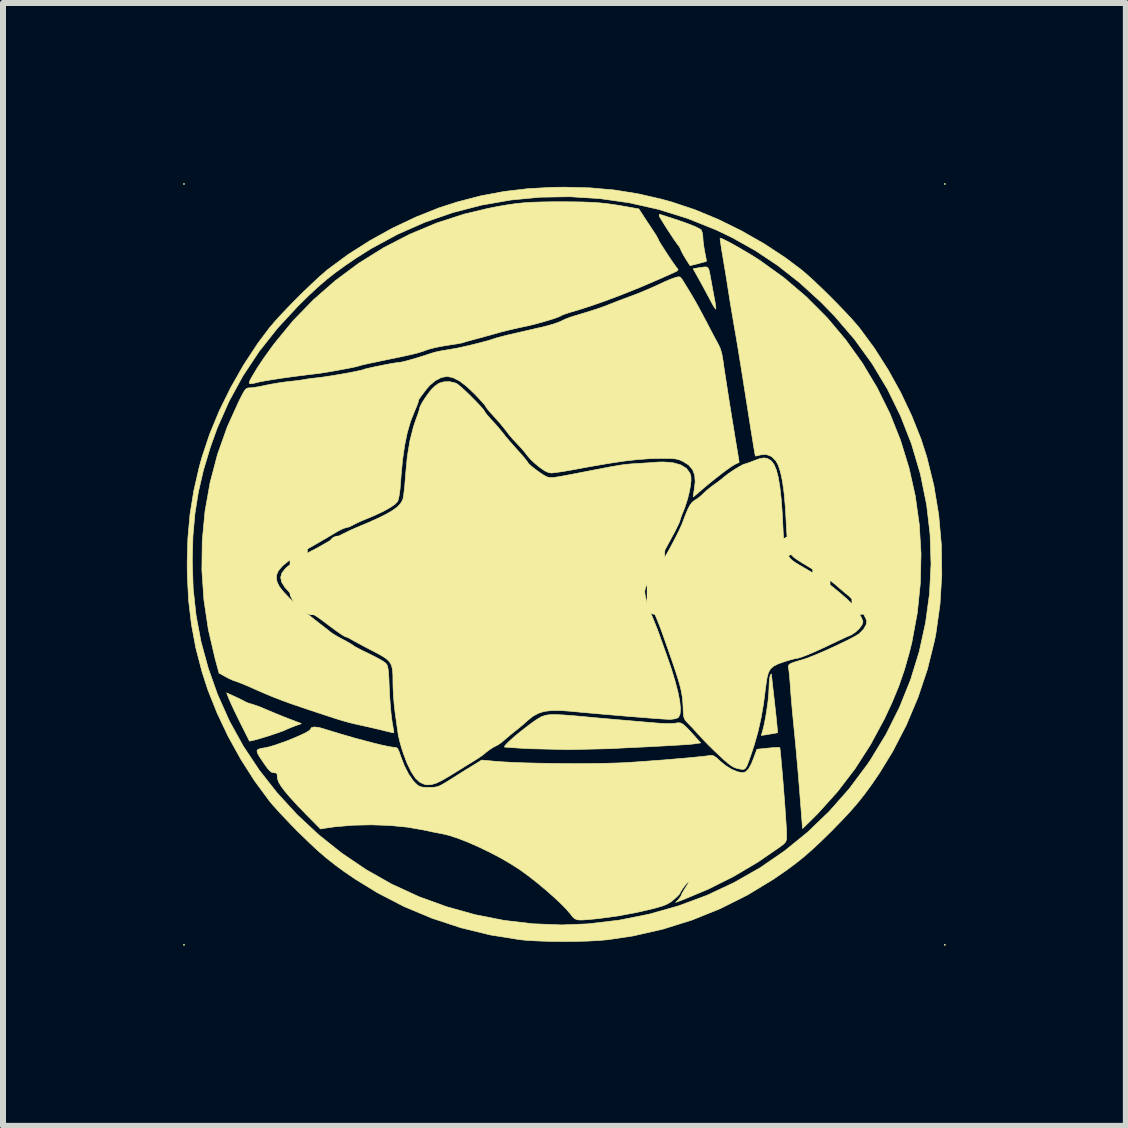
<source format=kicad_pcb>
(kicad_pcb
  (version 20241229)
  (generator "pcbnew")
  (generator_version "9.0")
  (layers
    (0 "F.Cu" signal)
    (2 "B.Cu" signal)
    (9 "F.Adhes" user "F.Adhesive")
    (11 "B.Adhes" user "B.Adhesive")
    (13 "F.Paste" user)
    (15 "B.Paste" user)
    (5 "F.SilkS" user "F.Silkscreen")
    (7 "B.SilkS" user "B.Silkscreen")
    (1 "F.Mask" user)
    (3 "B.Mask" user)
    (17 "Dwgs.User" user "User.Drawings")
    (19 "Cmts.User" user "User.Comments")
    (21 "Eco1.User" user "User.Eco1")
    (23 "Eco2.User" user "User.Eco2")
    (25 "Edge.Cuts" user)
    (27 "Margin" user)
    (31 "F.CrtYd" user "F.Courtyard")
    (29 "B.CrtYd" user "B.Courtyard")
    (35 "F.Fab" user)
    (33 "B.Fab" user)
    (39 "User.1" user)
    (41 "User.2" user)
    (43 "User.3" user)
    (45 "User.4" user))
  (footprint "yuchi_icon"
    (layer "F.Cu")
    (at 6.355 6.355)
    (property "Reference" "yuchi_icon" (at 0 0 0) (layer "F.SilkS") (effects (font (size 1.524 1.524) (thickness 0.3))))
    (attr through_hole)
    (fp_poly (pts (xy -6.329 -6.339) (xy -6.339 -6.329) (xy -6.35 -6.339) (xy -6.339 -6.35) (xy -6.329 -6.339)) (stroke (width 0.01) (type solid)) (fill yes) (layer "F.SilkS"))
    (fp_poly (pts (xy -6.329 6.339) (xy -6.339 6.35) (xy -6.35 6.339) (xy -6.339 6.329) (xy -6.329 6.339)) (stroke (width 0.01) (type solid)) (fill yes) (layer "F.SilkS"))
    (fp_poly (pts (xy 6.35 -6.339) (xy 6.339 -6.329) (xy 6.329 -6.339) (xy 6.339 -6.35) (xy 6.35 -6.339)) (stroke (width 0.01) (type solid)) (fill yes) (layer "F.SilkS"))
    (fp_poly (pts (xy 6.35 6.339) (xy 6.339 6.35) (xy 6.329 6.339) (xy 6.339 6.329) (xy 6.35 6.339)) (stroke (width 0.01) (type solid)) (fill yes) (layer "F.SilkS"))
    (fp_poly (pts (xy 2.39 -4.945) (xy 2.409 -4.909) (xy 2.423 -4.844) (xy 2.438 -4.763) (xy 2.458 -4.652) (xy 2.48 -4.534) (xy 2.499 -4.432) (xy 2.504 -4.408) (xy 2.516 -4.334) (xy 2.523 -4.28) (xy 2.522 -4.255) (xy 2.521 -4.255) (xy 2.506 -4.272) (xy 2.477 -4.318) (xy 2.442 -4.382) (xy 2.44 -4.387) (xy 2.399 -4.464) (xy 2.346 -4.562) (xy 2.289 -4.667) (xy 2.258 -4.723) (xy 2.145 -4.927) (xy 2.231 -4.942) (xy 2.309 -4.954) (xy 2.359 -4.958) (xy 2.39 -4.945)) (stroke (width 0.01) (type solid)) (fill yes) (layer "F.SilkS"))
    (fp_poly (pts (xy 3.449 1.828) (xy 3.451 1.854) (xy 3.458 1.915) (xy 3.468 2.006) (xy 3.481 2.121) (xy 3.496 2.252) (xy 3.504 2.323) (xy 3.519 2.46) (xy 3.532 2.582) (xy 3.542 2.683) (xy 3.549 2.757) (xy 3.552 2.798) (xy 3.552 2.804) (xy 3.531 2.809) (xy 3.482 2.818) (xy 3.42 2.828) (xy 3.356 2.839) (xy 3.306 2.846) (xy 3.281 2.849) (xy 3.281 2.848) (xy 3.286 2.829) (xy 3.3 2.784) (xy 3.303 2.773) (xy 3.327 2.676) (xy 3.352 2.552) (xy 3.374 2.413) (xy 3.393 2.275) (xy 3.405 2.15) (xy 3.409 2.064) (xy 3.412 1.978) (xy 3.419 1.904) (xy 3.427 1.857) (xy 3.429 1.852) (xy 3.444 1.826) (xy 3.449 1.828)) (stroke (width 0.01) (type solid)) (fill yes) (layer "F.SilkS"))
    (fp_poly (pts (xy -5.486 2.205) (xy -5.414 2.239) (xy -5.356 2.268) (xy -5.325 2.285) (xy -5.323 2.286) (xy -5.291 2.302) (xy -5.235 2.321) (xy -5.209 2.328) (xy -5.138 2.351) (xy -5.051 2.383) (xy -4.987 2.411) (xy -4.913 2.442) (xy -4.814 2.484) (xy -4.704 2.528) (xy -4.621 2.561) (xy -4.383 2.653) (xy -4.484 2.689) (xy -4.554 2.716) (xy -4.616 2.742) (xy -4.635 2.751) (xy -4.678 2.77) (xy -4.751 2.797) (xy -4.842 2.828) (xy -4.942 2.861) (xy -5.04 2.891) (xy -5.124 2.916) (xy -5.18 2.93) (xy -5.248 2.945) (xy -5.398 2.646) (xy -5.453 2.534) (xy -5.505 2.427) (xy -5.548 2.334) (xy -5.579 2.265) (xy -5.588 2.244) (xy -5.628 2.141) (xy -5.486 2.205)) (stroke (width 0.01) (type solid)) (fill yes) (layer "F.SilkS"))
    (fp_poly (pts (xy 1.801 -5.766) (xy 1.973 -5.708) (xy 2.109 -5.658) (xy 2.207 -5.616) (xy 2.266 -5.584) (xy 2.281 -5.571) (xy 2.297 -5.529) (xy 2.307 -5.467) (xy 2.307 -5.448) (xy 2.312 -5.38) (xy 2.324 -5.291) (xy 2.339 -5.205) (xy 2.354 -5.131) (xy 2.364 -5.076) (xy 2.366 -5.05) (xy 2.366 -5.05) (xy 2.344 -5.043) (xy 2.293 -5.029) (xy 2.227 -5.012) (xy 2.094 -4.978) (xy 2.023 -5.089) (xy 1.983 -5.156) (xy 1.951 -5.215) (xy 1.938 -5.246) (xy 1.915 -5.295) (xy 1.897 -5.318) (xy 1.873 -5.349) (xy 1.833 -5.406) (xy 1.783 -5.48) (xy 1.728 -5.564) (xy 1.675 -5.647) (xy 1.629 -5.721) (xy 1.595 -5.777) (xy 1.581 -5.804) (xy 1.58 -5.831) (xy 1.594 -5.832) (xy 1.801 -5.766)) (stroke (width 0.01) (type solid)) (fill yes) (layer "F.SilkS"))
    (fp_poly (pts (xy -0.116 2.503) (xy -0.021 2.508) (xy 0.101 2.517) (xy 0.254 2.53) (xy 0.444 2.548) (xy 0.466 2.55) (xy 0.61 2.563) (xy 0.766 2.577) (xy 0.916 2.59) (xy 1.046 2.601) (xy 1.079 2.604) (xy 1.209 2.615) (xy 1.349 2.627) (xy 1.481 2.638) (xy 1.56 2.645) (xy 1.661 2.651) (xy 1.754 2.652) (xy 1.827 2.649) (xy 1.854 2.645) (xy 1.897 2.638) (xy 1.934 2.642) (xy 1.971 2.66) (xy 2.017 2.698) (xy 2.077 2.759) (xy 2.146 2.835) (xy 2.271 2.974) (xy 2.178 2.988) (xy 2.13 2.994) (xy 2.05 3.001) (xy 1.938 3.008) (xy 1.791 3.017) (xy 1.609 3.027) (xy 1.389 3.039) (xy 1.13 3.051) (xy 0.831 3.066) (xy 0.73 3.071) (xy 0.08 3.086) (xy -0.569 3.071) (xy -0.688 3.065) (xy -0.794 3.058) (xy -0.887 3.052) (xy -0.957 3.047) (xy -0.995 3.044) (xy -0.997 3.043) (xy -0.997 3.029) (xy -0.968 2.994) (xy -0.917 2.944) (xy -0.848 2.882) (xy -0.767 2.814) (xy -0.68 2.745) (xy -0.593 2.678) (xy -0.511 2.618) (xy -0.441 2.571) (xy -0.386 2.54) (xy -0.374 2.535) (xy -0.335 2.521) (xy -0.295 2.511) (xy -0.248 2.505) (xy -0.19 2.502) (xy -0.116 2.503)) (stroke (width 0.01) (type solid)) (fill yes) (layer "F.SilkS"))
    (fp_poly (pts (xy 0.148 -6.042) (xy 0.316 -6.039) (xy 0.461 -6.033) (xy 0.593 -6.024) (xy 0.721 -6.01) (xy 0.855 -5.991) (xy 1.004 -5.966) (xy 1.059 -5.956) (xy 1.24 -5.924) (xy 1.318 -5.804) (xy 1.374 -5.718) (xy 1.437 -5.623) (xy 1.481 -5.556) (xy 1.523 -5.492) (xy 1.553 -5.44) (xy 1.566 -5.413) (xy 1.566 -5.412) (xy 1.577 -5.388) (xy 1.607 -5.338) (xy 1.651 -5.269) (xy 1.702 -5.19) (xy 1.755 -5.109) (xy 1.806 -5.035) (xy 1.848 -4.975) (xy 1.877 -4.937) (xy 1.881 -4.933) (xy 1.894 -4.911) (xy 1.881 -4.892) (xy 1.835 -4.868) (xy 1.828 -4.865) (xy 1.651 -4.786) (xy 1.503 -4.721) (xy 1.374 -4.666) (xy 1.257 -4.616) (xy 1.14 -4.569) (xy 1.016 -4.519) (xy 0.953 -4.494) (xy 0.71 -4.402) (xy 0.489 -4.324) (xy 0.276 -4.254) (xy 0.095 -4.2) (xy 0.024 -4.177) (xy -0.032 -4.157) (xy -0.056 -4.144) (xy -0.095 -4.125) (xy -0.166 -4.099) (xy -0.261 -4.069) (xy -0.37 -4.037) (xy -0.485 -4.006) (xy -0.597 -3.978) (xy -0.688 -3.959) (xy -0.807 -3.933) (xy -0.939 -3.902) (xy -1.059 -3.872) (xy -1.09 -3.863) (xy -1.204 -3.831) (xy -1.335 -3.795) (xy -1.457 -3.762) (xy -1.479 -3.756) (xy -1.566 -3.732) (xy -1.636 -3.713) (xy -1.681 -3.699) (xy -1.691 -3.695) (xy -1.716 -3.689) (xy -1.774 -3.678) (xy -1.856 -3.665) (xy -1.947 -3.651) (xy -2.057 -3.633) (xy -2.162 -3.611) (xy -2.25 -3.589) (xy -2.296 -3.574) (xy -2.346 -3.555) (xy -2.401 -3.537) (xy -2.465 -3.519) (xy -2.544 -3.499) (xy -2.645 -3.477) (xy -2.774 -3.449) (xy -2.935 -3.416) (xy -3.023 -3.398) (xy -3.143 -3.373) (xy -3.248 -3.351) (xy -3.332 -3.332) (xy -3.388 -3.319) (xy -3.407 -3.313) (xy -3.438 -3.303) (xy -3.501 -3.288) (xy -3.59 -3.27) (xy -3.696 -3.25) (xy -3.81 -3.229) (xy -3.924 -3.209) (xy -4.031 -3.192) (xy -4.12 -3.179) (xy -4.149 -3.176) (xy -4.345 -3.152) (xy -4.532 -3.128) (xy -4.704 -3.104) (xy -4.854 -3.081) (xy -4.978 -3.061) (xy -5.067 -3.044) (xy -5.091 -3.039) (xy -5.18 -3.017) (xy -5.232 -3.01) (xy -5.253 -3.02) (xy -5.247 -3.051) (xy -5.218 -3.107) (xy -5.206 -3.127) (xy -5.118 -3.275) (xy -5.009 -3.438) (xy -4.875 -3.624) (xy -4.831 -3.683) (xy -4.523 -4.059) (xy -4.184 -4.408) (xy -3.817 -4.729) (xy -3.425 -5.02) (xy -3.011 -5.278) (xy -2.578 -5.501) (xy -2.13 -5.689) (xy -1.669 -5.838) (xy -1.27 -5.933) (xy -1.098 -5.967) (xy -0.949 -5.992) (xy -0.811 -6.012) (xy -0.675 -6.026) (xy -0.533 -6.035) (xy -0.373 -6.04) (xy -0.187 -6.043) (xy -0.053 -6.043) (xy 0.148 -6.042)) (stroke (width 0.01) (type solid)) (fill yes) (layer "F.SilkS"))
    (fp_poly (pts (xy 2.616 -5.432) (xy 2.668 -5.408) (xy 2.743 -5.37) (xy 2.834 -5.32) (xy 2.936 -5.262) (xy 3.041 -5.2) (xy 3.144 -5.138) (xy 3.238 -5.078) (xy 3.249 -5.071) (xy 3.654 -4.78) (xy 4.029 -4.461) (xy 4.373 -4.116) (xy 4.685 -3.746) (xy 4.965 -3.355) (xy 5.211 -2.944) (xy 5.423 -2.515) (xy 5.6 -2.07) (xy 5.741 -1.612) (xy 5.846 -1.143) (xy 5.913 -0.665) (xy 5.942 -0.18) (xy 5.931 0.31) (xy 5.881 0.803) (xy 5.79 1.296) (xy 5.749 1.463) (xy 5.668 1.749) (xy 5.574 2.023) (xy 5.461 2.298) (xy 5.333 2.572) (xy 5.1 3.004) (xy 4.841 3.407) (xy 4.551 3.786) (xy 4.226 4.147) (xy 4.103 4.27) (xy 3.968 4.402) (xy 3.919 3.773) (xy 3.904 3.589) (xy 3.888 3.397) (xy 3.871 3.207) (xy 3.855 3.029) (xy 3.84 2.874) (xy 3.829 2.762) (xy 3.814 2.61) (xy 3.798 2.445) (xy 3.784 2.282) (xy 3.772 2.138) (xy 3.768 2.079) (xy 3.76 1.966) (xy 3.751 1.865) (xy 3.743 1.784) (xy 3.736 1.734) (xy 3.734 1.726) (xy 3.731 1.695) (xy 3.743 1.67) (xy 3.777 1.648) (xy 3.839 1.625) (xy 3.933 1.597) (xy 3.967 1.588) (xy 4.036 1.565) (xy 4.132 1.528) (xy 4.246 1.481) (xy 4.372 1.426) (xy 4.5 1.367) (xy 4.625 1.308) (xy 4.737 1.253) (xy 4.829 1.205) (xy 4.893 1.167) (xy 4.912 1.154) (xy 4.986 1.079) (xy 5.029 1.002) (xy 5.038 0.952) (xy 5.024 0.904) (xy 4.988 0.835) (xy 4.936 0.754) (xy 4.874 0.671) (xy 4.81 0.594) (xy 4.749 0.534) (xy 4.737 0.524) (xy 4.67 0.469) (xy 4.594 0.405) (xy 4.553 0.369) (xy 4.467 0.297) (xy 4.372 0.226) (xy 4.281 0.163) (xy 4.206 0.117) (xy 4.191 0.11) (xy 4.15 0.088) (xy 4.085 0.049) (xy 4.005 0.001) (xy 3.959 -0.027) (xy 3.876 -0.08) (xy 3.821 -0.12) (xy 3.786 -0.155) (xy 3.763 -0.194) (xy 3.745 -0.243) (xy 3.727 -0.321) (xy 3.712 -0.435) (xy 3.701 -0.588) (xy 3.696 -0.692) (xy 3.681 -0.956) (xy 3.661 -1.187) (xy 3.634 -1.381) (xy 3.601 -1.538) (xy 3.562 -1.656) (xy 3.523 -1.727) (xy 3.448 -1.8) (xy 3.361 -1.833) (xy 3.267 -1.825) (xy 3.265 -1.824) (xy 3.214 -1.81) (xy 3.184 -1.806) (xy 3.182 -1.806) (xy 3.177 -1.828) (xy 3.167 -1.885) (xy 3.152 -1.971) (xy 3.135 -2.079) (xy 3.115 -2.203) (xy 3.113 -2.213) (xy 3.068 -2.498) (xy 3.029 -2.746) (xy 2.995 -2.96) (xy 2.966 -3.143) (xy 2.941 -3.301) (xy 2.919 -3.437) (xy 2.9 -3.555) (xy 2.883 -3.659) (xy 2.867 -3.753) (xy 2.852 -3.841) (xy 2.837 -3.927) (xy 2.835 -3.937) (xy 2.81 -4.083) (xy 2.783 -4.243) (xy 2.757 -4.4) (xy 2.736 -4.537) (xy 2.73 -4.572) (xy 2.708 -4.713) (xy 2.682 -4.875) (xy 2.655 -5.033) (xy 2.637 -5.144) (xy 2.619 -5.248) (xy 2.606 -5.337) (xy 2.597 -5.401) (xy 2.594 -5.434) (xy 2.594 -5.437) (xy 2.616 -5.432)) (stroke (width 0.01) (type solid)) (fill yes) (layer "F.SilkS"))
    (fp_poly (pts (xy 3.379 -1.767) (xy 3.432 -1.736) (xy 3.447 -1.725) (xy 3.491 -1.668) (xy 3.53 -1.578) (xy 3.563 -1.453) (xy 3.59 -1.292) (xy 3.612 -1.092) (xy 3.63 -0.852) (xy 3.638 -0.691) (xy 3.645 -0.546) (xy 3.652 -0.437) (xy 3.659 -0.356) (xy 3.667 -0.297) (xy 3.678 -0.253) (xy 3.692 -0.216) (xy 3.707 -0.187) (xy 3.734 -0.14) (xy 3.759 -0.104) (xy 3.79 -0.072) (xy 3.835 -0.039) (xy 3.9 0.002) (xy 3.994 0.056) (xy 4.011 0.066) (xy 4.142 0.144) (xy 4.258 0.218) (xy 4.367 0.295) (xy 4.479 0.382) (xy 4.605 0.487) (xy 4.711 0.579) (xy 4.778 0.646) (xy 4.845 0.726) (xy 4.903 0.808) (xy 4.948 0.884) (xy 4.972 0.944) (xy 4.974 0.96) (xy 4.957 1.009) (xy 4.914 1.068) (xy 4.853 1.125) (xy 4.787 1.17) (xy 4.754 1.186) (xy 4.71 1.204) (xy 4.638 1.237) (xy 4.547 1.279) (xy 4.447 1.327) (xy 4.434 1.333) (xy 4.288 1.402) (xy 4.155 1.462) (xy 4.039 1.511) (xy 3.948 1.545) (xy 3.885 1.564) (xy 3.866 1.566) (xy 3.832 1.573) (xy 3.769 1.589) (xy 3.69 1.613) (xy 3.666 1.62) (xy 3.562 1.657) (xy 3.486 1.695) (xy 3.434 1.741) (xy 3.399 1.804) (xy 3.376 1.891) (xy 3.358 2.01) (xy 3.353 2.046) (xy 3.318 2.32) (xy 3.276 2.563) (xy 3.225 2.79) (xy 3.162 3.011) (xy 3.104 3.186) (xy 3.068 3.288) (xy 3.041 3.356) (xy 3.017 3.397) (xy 2.99 3.414) (xy 2.954 3.415) (xy 2.904 3.405) (xy 2.881 3.4) (xy 2.836 3.386) (xy 2.788 3.36) (xy 2.731 3.318) (xy 2.657 3.255) (xy 2.573 3.177) (xy 2.483 3.091) (xy 2.394 3.003) (xy 2.316 2.923) (xy 2.259 2.862) (xy 2.255 2.857) (xy 2.189 2.784) (xy 2.119 2.708) (xy 2.068 2.656) (xy 2.023 2.608) (xy 1.998 2.569) (xy 1.985 2.522) (xy 1.98 2.453) (xy 1.979 2.423) (xy 1.976 2.346) (xy 1.971 2.275) (xy 1.964 2.207) (xy 1.952 2.137) (xy 1.936 2.06) (xy 1.912 1.972) (xy 1.881 1.869) (xy 1.841 1.746) (xy 1.791 1.599) (xy 1.729 1.422) (xy 1.655 1.212) (xy 1.619 1.111) (xy 1.59 1.034) (xy 1.553 0.94) (xy 1.523 0.868) (xy 1.476 0.751) (xy 1.438 0.638) (xy 1.411 0.539) (xy 1.398 0.465) (xy 1.397 0.451) (xy 1.408 0.401) (xy 1.435 0.329) (xy 1.474 0.249) (xy 1.517 0.174) (xy 1.548 0.129) (xy 1.576 0.085) (xy 1.587 0.052) (xy 1.598 0.022) (xy 1.624 -0.033) (xy 1.661 -0.098) (xy 1.725 -0.211) (xy 1.792 -0.333) (xy 1.855 -0.454) (xy 1.91 -0.564) (xy 1.951 -0.654) (xy 1.969 -0.699) (xy 2.018 -0.828) (xy 2.058 -0.923) (xy 2.094 -0.99) (xy 2.128 -1.035) (xy 2.164 -1.064) (xy 2.175 -1.07) (xy 2.235 -1.11) (xy 2.298 -1.164) (xy 2.313 -1.18) (xy 2.371 -1.233) (xy 2.444 -1.292) (xy 2.487 -1.324) (xy 2.561 -1.377) (xy 2.633 -1.433) (xy 2.667 -1.462) (xy 2.716 -1.501) (xy 2.782 -1.547) (xy 2.854 -1.594) (xy 2.922 -1.634) (xy 2.976 -1.663) (xy 3.003 -1.672) (xy 3.03 -1.68) (xy 3.084 -1.699) (xy 3.15 -1.725) (xy 3.248 -1.761) (xy 3.322 -1.775) (xy 3.379 -1.767)) (stroke (width 0.01) (type solid)) (fill yes) (layer "F.SilkS"))
    (fp_poly (pts (xy -4.087 2.718) (xy -4.032 2.733) (xy -3.857 2.787) (xy -3.679 2.84) (xy -3.504 2.891) (xy -3.336 2.936) (xy -3.183 2.976) (xy -3.049 3.009) (xy -2.94 3.032) (xy -2.863 3.046) (xy -2.833 3.048) (xy -2.802 3.052) (xy -2.779 3.069) (xy -2.759 3.108) (xy -2.734 3.179) (xy -2.73 3.191) (xy -2.669 3.351) (xy -2.598 3.491) (xy -2.522 3.602) (xy -2.484 3.643) (xy -2.443 3.681) (xy -2.406 3.702) (xy -2.36 3.712) (xy -2.29 3.715) (xy -2.258 3.715) (xy -2.192 3.714) (xy -2.142 3.709) (xy -2.095 3.696) (xy -2.043 3.671) (xy -1.975 3.631) (xy -1.894 3.581) (xy -1.807 3.526) (xy -1.73 3.477) (xy -1.671 3.44) (xy -1.642 3.422) (xy -1.602 3.398) (xy -1.541 3.36) (xy -1.49 3.329) (xy -1.379 3.26) (xy -1.139 3.282) (xy -1.007 3.291) (xy -0.84 3.3) (xy -0.645 3.307) (xy -0.43 3.312) (xy -0.202 3.316) (xy 0.031 3.318) (xy 0.262 3.319) (xy 0.484 3.317) (xy 0.689 3.314) (xy 0.87 3.309) (xy 0.995 3.304) (xy 1.139 3.295) (xy 1.301 3.284) (xy 1.475 3.271) (xy 1.653 3.258) (xy 1.829 3.243) (xy 1.995 3.229) (xy 2.145 3.215) (xy 2.272 3.202) (xy 2.368 3.192) (xy 2.413 3.185) (xy 2.455 3.182) (xy 2.491 3.192) (xy 2.532 3.22) (xy 2.589 3.272) (xy 2.597 3.28) (xy 2.688 3.354) (xy 2.788 3.415) (xy 2.886 3.456) (xy 2.97 3.471) (xy 2.97 3.471) (xy 3.02 3.456) (xy 3.068 3.408) (xy 3.115 3.323) (xy 3.153 3.228) (xy 3.208 3.08) (xy 3.393 3.061) (xy 3.477 3.053) (xy 3.543 3.05) (xy 3.582 3.05) (xy 3.588 3.052) (xy 3.593 3.075) (xy 3.599 3.134) (xy 3.608 3.224) (xy 3.618 3.339) (xy 3.63 3.471) (xy 3.642 3.617) (xy 3.654 3.769) (xy 3.666 3.922) (xy 3.677 4.07) (xy 3.686 4.207) (xy 3.694 4.327) (xy 3.7 4.425) (xy 3.703 4.493) (xy 3.703 4.517) (xy 3.701 4.579) (xy 3.688 4.621) (xy 3.658 4.656) (xy 3.603 4.699) (xy 3.224 4.96) (xy 2.818 5.2) (xy 2.397 5.411) (xy 1.998 5.578) (xy 1.854 5.632) (xy 1.901 5.582) (xy 1.933 5.542) (xy 1.947 5.513) (xy 1.947 5.513) (xy 1.958 5.485) (xy 1.986 5.436) (xy 2.011 5.397) (xy 2.053 5.33) (xy 2.071 5.293) (xy 2.067 5.286) (xy 2.04 5.312) (xy 2 5.361) (xy 1.96 5.417) (xy 1.933 5.46) (xy 1.926 5.478) (xy 1.911 5.5) (xy 1.872 5.54) (xy 1.821 5.585) (xy 1.768 5.627) (xy 1.714 5.659) (xy 1.649 5.686) (xy 1.562 5.713) (xy 1.477 5.736) (xy 1.192 5.802) (xy 0.889 5.858) (xy 0.595 5.898) (xy 0.532 5.905) (xy 0.405 5.917) (xy 0.312 5.924) (xy 0.246 5.925) (xy 0.2 5.917) (xy 0.166 5.899) (xy 0.136 5.871) (xy 0.104 5.829) (xy 0.097 5.821) (xy 0.029 5.742) (xy -0.066 5.645) (xy -0.183 5.537) (xy -0.313 5.422) (xy -0.45 5.308) (xy -0.587 5.2) (xy -0.717 5.105) (xy -0.736 5.091) (xy -0.89 4.992) (xy -1.063 4.891) (xy -1.247 4.795) (xy -1.434 4.705) (xy -1.616 4.625) (xy -1.785 4.56) (xy -1.934 4.512) (xy -2.041 4.487) (xy -2.112 4.474) (xy -2.208 4.455) (xy -2.309 4.433) (xy -2.339 4.427) (xy -2.609 4.379) (xy -2.905 4.35) (xy -3.214 4.339) (xy -3.526 4.346) (xy -3.826 4.372) (xy -3.975 4.393) (xy -4.065 4.408) (xy -4.303 4.167) (xy -4.45 4.014) (xy -4.567 3.887) (xy -4.657 3.781) (xy -4.721 3.696) (xy -4.762 3.627) (xy -4.781 3.572) (xy -4.784 3.548) (xy -4.787 3.497) (xy -4.803 3.476) (xy -4.842 3.471) (xy -4.872 3.466) (xy -4.902 3.447) (xy -4.939 3.408) (xy -4.987 3.343) (xy -5.024 3.289) (xy -5.083 3.201) (xy -5.116 3.142) (xy -5.123 3.104) (xy -5.104 3.081) (xy -5.057 3.066) (xy -4.995 3.056) (xy -4.924 3.041) (xy -4.832 3.014) (xy -4.728 2.978) (xy -4.617 2.938) (xy -4.509 2.894) (xy -4.409 2.851) (xy -4.325 2.812) (xy -4.265 2.778) (xy -4.235 2.754) (xy -4.233 2.749) (xy -4.215 2.719) (xy -4.165 2.708) (xy -4.087 2.718)) (stroke (width 0.01) (type solid)) (fill yes) (layer "F.SilkS"))
    (fp_poly (pts (xy 0.428 -6.275) (xy 0.833 -6.239) (xy 1.226 -6.176) (xy 1.619 -6.086) (xy 1.788 -6.039) (xy 2.17 -5.912) (xy 2.559 -5.751) (xy 2.947 -5.56) (xy 3.323 -5.346) (xy 3.678 -5.113) (xy 3.937 -4.919) (xy 4.032 -4.839) (xy 4.147 -4.735) (xy 4.277 -4.612) (xy 4.413 -4.479) (xy 4.549 -4.342) (xy 4.677 -4.208) (xy 4.792 -4.085) (xy 4.884 -3.979) (xy 4.919 -3.937) (xy 5.164 -3.605) (xy 5.393 -3.245) (xy 5.603 -2.866) (xy 5.787 -2.477) (xy 5.942 -2.089) (xy 6.039 -1.788) (xy 6.156 -1.313) (xy 6.237 -0.824) (xy 6.281 -0.326) (xy 6.288 0.173) (xy 6.258 0.668) (xy 6.19 1.152) (xy 6.167 1.27) (xy 6.049 1.747) (xy 5.891 2.218) (xy 5.697 2.678) (xy 5.469 3.119) (xy 5.247 3.481) (xy 5.127 3.657) (xy 5.014 3.812) (xy 4.902 3.955) (xy 4.782 4.095) (xy 4.647 4.241) (xy 4.489 4.404) (xy 4.447 4.447) (xy 4.279 4.611) (xy 4.129 4.751) (xy 3.989 4.874) (xy 3.847 4.987) (xy 3.696 5.099) (xy 3.526 5.216) (xy 3.481 5.247) (xy 3.049 5.509) (xy 2.596 5.736) (xy 2.125 5.926) (xy 1.639 6.078) (xy 1.142 6.191) (xy 0.72 6.254) (xy 0.564 6.267) (xy 0.379 6.277) (xy 0.173 6.282) (xy -0.041 6.284) (xy -0.254 6.281) (xy -0.454 6.274) (xy -0.63 6.264) (xy -0.741 6.253) (xy -1.236 6.174) (xy -1.726 6.054) (xy -2.206 5.896) (xy -2.672 5.701) (xy -3.118 5.47) (xy -3.481 5.247) (xy -3.657 5.127) (xy -3.812 5.014) (xy -3.955 4.902) (xy -4.095 4.782) (xy -4.241 4.647) (xy -4.404 4.489) (xy -4.447 4.447) (xy -4.555 4.337) (xy -4.662 4.224) (xy -4.763 4.116) (xy -4.849 4.021) (xy -4.912 3.946) (xy -4.919 3.937) (xy -5.164 3.605) (xy -5.393 3.245) (xy -5.603 2.866) (xy -5.787 2.477) (xy -5.942 2.089) (xy -6.039 1.788) (xy -6.142 1.392) (xy -6.215 1.001) (xy -6.262 0.602) (xy -6.284 0.186) (xy -6.286 0) (xy -6.285 -0.064) (xy -6.201 -0.064) (xy -6.186 0.405) (xy -6.137 0.854) (xy -6.055 1.291) (xy -5.936 1.726) (xy -5.78 2.167) (xy -5.774 2.18) (xy -5.581 2.612) (xy -5.35 3.03) (xy -5.083 3.431) (xy -4.783 3.812) (xy -4.453 4.171) (xy -4.095 4.505) (xy -3.711 4.811) (xy -3.305 5.086) (xy -2.879 5.327) (xy -2.86 5.336) (xy -2.421 5.538) (xy -1.962 5.704) (xy -1.49 5.836) (xy -1.009 5.931) (xy -0.525 5.988) (xy -0.043 6.007) (xy 0.394 5.989) (xy 0.911 5.928) (xy 1.415 5.827) (xy 1.903 5.689) (xy 2.374 5.514) (xy 2.826 5.302) (xy 3.258 5.056) (xy 3.667 4.775) (xy 4.052 4.462) (xy 4.412 4.116) (xy 4.745 3.739) (xy 5.049 3.332) (xy 5.098 3.26) (xy 5.36 2.829) (xy 5.583 2.382) (xy 5.768 1.922) (xy 5.913 1.451) (xy 6.018 0.971) (xy 6.084 0.485) (xy 6.109 -0.006) (xy 6.093 -0.499) (xy 6.036 -0.991) (xy 5.937 -1.481) (xy 5.927 -1.522) (xy 5.784 -2.007) (xy 5.602 -2.472) (xy 5.384 -2.918) (xy 5.128 -3.344) (xy 4.834 -3.75) (xy 4.503 -4.136) (xy 4.273 -4.372) (xy 3.921 -4.693) (xy 3.561 -4.976) (xy 3.189 -5.225) (xy 2.799 -5.444) (xy 2.522 -5.577) (xy 2.05 -5.766) (xy 1.568 -5.916) (xy 1.08 -6.026) (xy 0.587 -6.096) (xy 0.091 -6.127) (xy -0.403 -6.119) (xy -0.895 -6.072) (xy -1.381 -5.987) (xy -1.859 -5.863) (xy -2.327 -5.701) (xy -2.781 -5.501) (xy -3.221 -5.263) (xy -3.474 -5.103) (xy -3.656 -4.979) (xy -3.815 -4.864) (xy -3.961 -4.749) (xy -4.104 -4.626) (xy -4.253 -4.488) (xy -4.419 -4.325) (xy -4.436 -4.309) (xy -4.781 -3.936) (xy -5.088 -3.548) (xy -5.357 -3.142) (xy -5.589 -2.717) (xy -5.786 -2.271) (xy -5.902 -1.947) (xy -6.015 -1.571) (xy -6.099 -1.209) (xy -6.157 -0.847) (xy -6.19 -0.473) (xy -6.201 -0.076) (xy -6.201 -0.064) (xy -6.285 -0.064) (xy -6.275 -0.428) (xy -6.239 -0.833) (xy -6.176 -1.226) (xy -6.086 -1.619) (xy -6.039 -1.788) (xy -5.912 -2.17) (xy -5.751 -2.559) (xy -5.56 -2.947) (xy -5.346 -3.323) (xy -5.113 -3.678) (xy -4.919 -3.937) (xy -4.839 -4.032) (xy -4.735 -4.147) (xy -4.612 -4.277) (xy -4.479 -4.413) (xy -4.342 -4.549) (xy -4.208 -4.677) (xy -4.085 -4.792) (xy -3.979 -4.884) (xy -3.937 -4.919) (xy -3.605 -5.164) (xy -3.245 -5.393) (xy -2.866 -5.603) (xy -2.477 -5.787) (xy -2.089 -5.942) (xy -1.788 -6.039) (xy -1.392 -6.142) (xy -1.001 -6.215) (xy -0.602 -6.262) (xy -0.186 -6.284) (xy 0 -6.286) (xy 0.428 -6.275)) (stroke (width 0.01) (type solid)) (fill yes) (layer "F.SilkS"))
    (fp_poly (pts (xy -1.82 -3.024) (xy -1.789 -3.009) (xy -1.751 -2.98) (xy -1.695 -2.931) (xy -1.626 -2.867) (xy -1.553 -2.796) (xy -1.481 -2.723) (xy -1.417 -2.656) (xy -1.367 -2.601) (xy -1.338 -2.565) (xy -1.334 -2.555) (xy -1.32 -2.531) (xy -1.284 -2.486) (xy -1.232 -2.426) (xy -1.209 -2.402) (xy -1.142 -2.329) (xy -1.079 -2.255) (xy -1.031 -2.196) (xy -1.024 -2.188) (xy -0.986 -2.139) (xy -0.927 -2.069) (xy -0.856 -1.988) (xy -0.789 -1.913) (xy -0.722 -1.838) (xy -0.666 -1.773) (xy -0.628 -1.725) (xy -0.612 -1.702) (xy -0.612 -1.701) (xy -0.595 -1.678) (xy -0.552 -1.638) (xy -0.492 -1.59) (xy -0.425 -1.541) (xy -0.36 -1.497) (xy -0.308 -1.467) (xy -0.307 -1.467) (xy -0.283 -1.456) (xy -0.257 -1.449) (xy -0.226 -1.447) (xy -0.182 -1.449) (xy -0.121 -1.457) (xy -0.036 -1.472) (xy 0.077 -1.493) (xy 0.224 -1.521) (xy 0.28 -1.532) (xy 0.468 -1.569) (xy 0.621 -1.598) (xy 0.743 -1.622) (xy 0.841 -1.639) (xy 0.92 -1.653) (xy 0.986 -1.662) (xy 1.044 -1.669) (xy 1.101 -1.674) (xy 1.162 -1.679) (xy 1.233 -1.683) (xy 1.238 -1.683) (xy 1.346 -1.69) (xy 1.449 -1.696) (xy 1.533 -1.703) (xy 1.572 -1.706) (xy 1.649 -1.707) (xy 1.743 -1.701) (xy 1.816 -1.693) (xy 1.939 -1.658) (xy 2.032 -1.601) (xy 2.09 -1.523) (xy 2.108 -1.468) (xy 2.11 -1.399) (xy 2.099 -1.303) (xy 2.077 -1.189) (xy 2.046 -1.07) (xy 2.009 -0.957) (xy 1.988 -0.903) (xy 1.958 -0.829) (xy 1.936 -0.768) (xy 1.926 -0.734) (xy 1.926 -0.732) (xy 1.917 -0.704) (xy 1.89 -0.647) (xy 1.852 -0.57) (xy 1.805 -0.481) (xy 1.804 -0.48) (xy 1.698 -0.283) (xy 1.609 -0.117) (xy 1.535 0.022) (xy 1.474 0.139) (xy 1.422 0.239) (xy 1.406 0.271) (xy 1.368 0.349) (xy 1.346 0.403) (xy 1.339 0.446) (xy 1.342 0.494) (xy 1.351 0.541) (xy 1.374 0.629) (xy 1.406 0.727) (xy 1.426 0.779) (xy 1.493 0.942) (xy 1.547 1.077) (xy 1.585 1.179) (xy 1.587 1.185) (xy 1.604 1.235) (xy 1.632 1.313) (xy 1.666 1.409) (xy 1.696 1.492) (xy 1.779 1.731) (xy 1.844 1.944) (xy 1.892 2.128) (xy 1.922 2.282) (xy 1.934 2.405) (xy 1.927 2.494) (xy 1.902 2.547) (xy 1.895 2.553) (xy 1.85 2.571) (xy 1.783 2.581) (xy 1.755 2.582) (xy 1.709 2.58) (xy 1.625 2.575) (xy 1.511 2.567) (xy 1.37 2.556) (xy 1.209 2.543) (xy 1.032 2.529) (xy 0.846 2.513) (xy 0.656 2.497) (xy 0.466 2.48) (xy 0.283 2.464) (xy 0.112 2.448) (xy 0.108 2.447) (xy -0.071 2.434) (xy -0.216 2.435) (xy -0.335 2.449) (xy -0.436 2.481) (xy -0.525 2.53) (xy -0.61 2.598) (xy -0.622 2.609) (xy -0.681 2.662) (xy -0.754 2.723) (xy -0.797 2.757) (xy -0.875 2.819) (xy -0.957 2.888) (xy -0.995 2.921) (xy -1.053 2.969) (xy -1.106 3.006) (xy -1.132 3.019) (xy -1.177 3.042) (xy -1.239 3.081) (xy -1.303 3.129) (xy -1.349 3.168) (xy -1.379 3.19) (xy -1.434 3.227) (xy -1.506 3.273) (xy -1.54 3.294) (xy -1.63 3.349) (xy -1.739 3.417) (xy -1.851 3.486) (xy -1.916 3.526) (xy -2.039 3.598) (xy -2.137 3.645) (xy -2.218 3.669) (xy -2.289 3.673) (xy -2.332 3.665) (xy -2.409 3.63) (xy -2.482 3.562) (xy -2.551 3.458) (xy -2.62 3.317) (xy -2.681 3.158) (xy -2.715 3.052) (xy -2.745 2.944) (xy -2.767 2.849) (xy -2.772 2.815) (xy -2.784 2.734) (xy -2.799 2.628) (xy -2.815 2.512) (xy -2.824 2.445) (xy -2.838 2.318) (xy -2.85 2.172) (xy -2.856 2.03) (xy -2.857 1.968) (xy -2.858 1.846) (xy -2.865 1.752) (xy -2.882 1.681) (xy -2.914 1.624) (xy -2.966 1.573) (xy -3.044 1.522) (xy -3.151 1.463) (xy -3.22 1.428) (xy -3.325 1.373) (xy -3.42 1.322) (xy -3.498 1.28) (xy -3.55 1.25) (xy -3.563 1.243) (xy -3.611 1.217) (xy -3.645 1.206) (xy -3.671 1.194) (xy -3.724 1.161) (xy -3.796 1.111) (xy -3.881 1.048) (xy -3.91 1.027) (xy -3.996 0.962) (xy -4.071 0.907) (xy -4.127 0.868) (xy -4.158 0.848) (xy -4.162 0.847) (xy -4.185 0.832) (xy -4.236 0.789) (xy -4.314 0.719) (xy -4.417 0.623) (xy -4.542 0.504) (xy -4.567 0.48) (xy -4.659 0.381) (xy -4.712 0.294) (xy -4.728 0.216) (xy -4.707 0.142) (xy -4.649 0.068) (xy -4.622 0.043) (xy -4.585 0.015) (xy -4.527 -0.027) (xy -4.455 -0.075) (xy -4.378 -0.126) (xy -4.305 -0.172) (xy -4.246 -0.208) (xy -4.207 -0.23) (xy -4.199 -0.233) (xy -4.178 -0.243) (xy -4.128 -0.27) (xy -4.055 -0.311) (xy -3.966 -0.362) (xy -3.936 -0.379) (xy -3.818 -0.444) (xy -3.688 -0.51) (xy -3.563 -0.571) (xy -3.466 -0.614) (xy -3.263 -0.699) (xy -3.097 -0.774) (xy -2.965 -0.84) (xy -2.862 -0.9) (xy -2.786 -0.956) (xy -2.734 -1.01) (xy -2.701 -1.064) (xy -2.689 -1.097) (xy -2.68 -1.146) (xy -2.67 -1.227) (xy -2.659 -1.33) (xy -2.65 -1.447) (xy -2.646 -1.499) (xy -2.618 -1.797) (xy -2.574 -2.063) (xy -2.515 -2.295) (xy -2.475 -2.413) (xy -2.446 -2.492) (xy -2.424 -2.558) (xy -2.414 -2.599) (xy -2.413 -2.604) (xy -2.401 -2.639) (xy -2.369 -2.698) (xy -2.325 -2.768) (xy -2.274 -2.841) (xy -2.223 -2.906) (xy -2.204 -2.928) (xy -2.15 -2.977) (xy -2.095 -3.016) (xy -2.091 -3.018) (xy -2.008 -3.043) (xy -1.91 -3.045) (xy -1.82 -3.024)) (stroke (width 0.01) (type solid)) (fill yes) (layer "F.SilkS"))
    (fp_poly (pts (xy 1.927 -4.789) (xy 1.933 -4.785) (xy 1.957 -4.755) (xy 1.99 -4.705) (xy 1.998 -4.691) (xy 2.031 -4.637) (xy 2.077 -4.562) (xy 2.126 -4.481) (xy 2.132 -4.47) (xy 2.177 -4.393) (xy 2.234 -4.291) (xy 2.295 -4.177) (xy 2.354 -4.065) (xy 2.357 -4.061) (xy 2.413 -3.953) (xy 2.468 -3.847) (xy 2.517 -3.755) (xy 2.554 -3.688) (xy 2.557 -3.683) (xy 2.597 -3.599) (xy 2.624 -3.507) (xy 2.644 -3.39) (xy 2.646 -3.376) (xy 2.656 -3.302) (xy 2.673 -3.191) (xy 2.695 -3.048) (xy 2.721 -2.879) (xy 2.751 -2.687) (xy 2.785 -2.479) (xy 2.821 -2.258) (xy 2.858 -2.031) (xy 2.888 -1.851) (xy 2.912 -1.701) (xy 2.837 -1.665) (xy 2.788 -1.635) (xy 2.714 -1.583) (xy 2.623 -1.516) (xy 2.522 -1.437) (xy 2.419 -1.354) (xy 2.319 -1.271) (xy 2.256 -1.215) (xy 2.202 -1.169) (xy 2.163 -1.137) (xy 2.146 -1.127) (xy 2.147 -1.149) (xy 2.155 -1.198) (xy 2.16 -1.228) (xy 2.179 -1.374) (xy 2.17 -1.491) (xy 2.133 -1.585) (xy 2.066 -1.66) (xy 1.978 -1.714) (xy 1.93 -1.737) (xy 1.884 -1.752) (xy 1.83 -1.761) (xy 1.759 -1.766) (xy 1.659 -1.767) (xy 1.609 -1.767) (xy 1.422 -1.762) (xy 1.217 -1.747) (xy 0.988 -1.721) (xy 0.73 -1.682) (xy 0.439 -1.632) (xy 0.307 -1.608) (xy 0.17 -1.582) (xy 0.043 -1.56) (xy -0.067 -1.542) (xy -0.153 -1.53) (xy -0.206 -1.524) (xy -0.214 -1.523) (xy -0.265 -1.531) (xy -0.322 -1.556) (xy -0.393 -1.604) (xy -0.429 -1.631) (xy -0.502 -1.692) (xy -0.569 -1.756) (xy -0.615 -1.81) (xy -0.62 -1.816) (xy -0.662 -1.871) (xy -0.721 -1.94) (xy -0.786 -2.009) (xy -0.787 -2.011) (xy -0.855 -2.083) (xy -0.921 -2.16) (xy -0.969 -2.223) (xy -1.015 -2.282) (xy -1.079 -2.359) (xy -1.149 -2.438) (xy -1.174 -2.465) (xy -1.234 -2.531) (xy -1.28 -2.586) (xy -1.308 -2.622) (xy -1.312 -2.632) (xy -1.326 -2.654) (xy -1.364 -2.699) (xy -1.421 -2.761) (xy -1.491 -2.835) (xy -1.498 -2.842) (xy -1.631 -2.968) (xy -1.749 -3.058) (xy -1.856 -3.112) (xy -1.952 -3.132) (xy -1.961 -3.132) (xy -2.052 -3.114) (xy -2.15 -3.063) (xy -2.242 -2.986) (xy -2.29 -2.932) (xy -2.353 -2.85) (xy -2.394 -2.795) (xy -2.418 -2.761) (xy -2.43 -2.74) (xy -2.434 -2.725) (xy -2.434 -2.718) (xy -2.442 -2.687) (xy -2.464 -2.63) (xy -2.495 -2.557) (xy -2.499 -2.547) (xy -2.564 -2.383) (xy -2.618 -2.198) (xy -2.661 -1.99) (xy -2.696 -1.751) (xy -2.722 -1.477) (xy -2.728 -1.386) (xy -2.74 -1.247) (xy -2.755 -1.14) (xy -2.772 -1.068) (xy -2.78 -1.05) (xy -2.82 -1.006) (xy -2.895 -0.953) (xy -3.003 -0.892) (xy -3.137 -0.828) (xy -3.294 -0.761) (xy -3.313 -0.754) (xy -3.396 -0.719) (xy -3.473 -0.683) (xy -3.526 -0.655) (xy -3.527 -0.654) (xy -3.582 -0.627) (xy -3.63 -0.614) (xy -3.634 -0.614) (xy -3.672 -0.603) (xy -3.732 -0.576) (xy -3.804 -0.537) (xy -3.811 -0.532) (xy -3.969 -0.438) (xy -4.1 -0.362) (xy -4.2 -0.304) (xy -4.268 -0.266) (xy -4.299 -0.251) (xy -4.357 -0.22) (xy -4.435 -0.172) (xy -4.522 -0.112) (xy -4.606 -0.05) (xy -4.675 0.005) (xy -4.705 0.033) (xy -4.768 0.108) (xy -4.797 0.177) (xy -4.797 0.252) (xy -4.784 0.303) (xy -4.749 0.371) (xy -4.68 0.459) (xy -4.58 0.564) (xy -4.452 0.683) (xy -4.297 0.814) (xy -4.174 0.911) (xy -4.083 0.982) (xy -4.001 1.046) (xy -3.935 1.097) (xy -3.893 1.131) (xy -3.884 1.138) (xy -3.846 1.163) (xy -3.783 1.201) (xy -3.705 1.244) (xy -3.683 1.255) (xy -3.609 1.295) (xy -3.551 1.329) (xy -3.518 1.351) (xy -3.514 1.355) (xy -3.491 1.37) (xy -3.439 1.398) (xy -3.363 1.437) (xy -3.271 1.481) (xy -3.26 1.487) (xy -3.163 1.535) (xy -3.077 1.581) (xy -3.011 1.621) (xy -2.975 1.649) (xy -2.974 1.65) (xy -2.958 1.671) (xy -2.947 1.7) (xy -2.938 1.743) (xy -2.931 1.806) (xy -2.925 1.896) (xy -2.92 2.019) (xy -2.918 2.071) (xy -2.911 2.209) (xy -2.901 2.347) (xy -2.89 2.474) (xy -2.878 2.577) (xy -2.871 2.624) (xy -2.857 2.705) (xy -2.847 2.768) (xy -2.842 2.802) (xy -2.843 2.806) (xy -2.864 2.803) (xy -2.917 2.791) (xy -2.993 2.773) (xy -3.048 2.759) (xy -3.167 2.731) (xy -3.303 2.7) (xy -3.429 2.672) (xy -3.454 2.666) (xy -3.515 2.653) (xy -3.578 2.637) (xy -3.648 2.618) (xy -3.73 2.594) (xy -3.827 2.564) (xy -3.944 2.526) (xy -4.086 2.479) (xy -4.258 2.422) (xy -4.464 2.352) (xy -4.551 2.323) (xy -4.685 2.274) (xy -4.839 2.215) (xy -4.992 2.152) (xy -5.122 2.095) (xy -5.229 2.047) (xy -5.327 2.005) (xy -5.408 1.972) (xy -5.462 1.952) (xy -5.474 1.948) (xy -5.53 1.929) (xy -5.602 1.895) (xy -5.647 1.871) (xy -5.755 1.811) (xy -5.819 1.577) (xy -5.933 1.087) (xy -6.007 0.592) (xy -6.041 0.097) (xy -6.035 -0.396) (xy -5.989 -0.884) (xy -5.904 -1.365) (xy -5.78 -1.836) (xy -5.617 -2.294) (xy -5.429 -2.709) (xy -5.38 -2.807) (xy -5.345 -2.872) (xy -5.318 -2.912) (xy -5.294 -2.933) (xy -5.27 -2.941) (xy -5.239 -2.942) (xy -5.184 -2.947) (xy -5.103 -2.96) (xy -5.012 -2.978) (xy -4.991 -2.983) (xy -4.891 -3.003) (xy -4.768 -3.024) (xy -4.643 -3.042) (xy -4.583 -3.049) (xy -4.488 -3.059) (xy -4.409 -3.069) (xy -4.357 -3.077) (xy -4.338 -3.08) (xy -4.314 -3.085) (xy -4.257 -3.094) (xy -4.176 -3.104) (xy -4.108 -3.111) (xy -4.021 -3.122) (xy -3.916 -3.138) (xy -3.8 -3.157) (xy -3.682 -3.177) (xy -3.57 -3.197) (xy -3.473 -3.217) (xy -3.397 -3.233) (xy -3.353 -3.245) (xy -3.346 -3.248) (xy -3.318 -3.257) (xy -3.258 -3.271) (xy -3.176 -3.29) (xy -3.081 -3.309) (xy -2.983 -3.329) (xy -2.893 -3.346) (xy -2.819 -3.358) (xy -2.771 -3.365) (xy -2.763 -3.365) (xy -2.714 -3.372) (xy -2.631 -3.392) (xy -2.523 -3.422) (xy -2.395 -3.461) (xy -2.295 -3.493) (xy -2.222 -3.517) (xy -2.161 -3.535) (xy -2.102 -3.549) (xy -2.03 -3.563) (xy -1.935 -3.578) (xy -1.884 -3.587) (xy -1.792 -3.603) (xy -1.678 -3.628) (xy -1.552 -3.657) (xy -1.425 -3.689) (xy -1.309 -3.719) (xy -1.214 -3.747) (xy -1.161 -3.765) (xy -1.119 -3.778) (xy -1.046 -3.797) (xy -0.953 -3.821) (xy -0.865 -3.841) (xy -0.736 -3.871) (xy -0.588 -3.905) (xy -0.446 -3.938) (xy -0.381 -3.952) (xy -0.275 -3.979) (xy -0.176 -4.008) (xy -0.096 -4.036) (xy -0.053 -4.055) (xy 0.016 -4.088) (xy 0.103 -4.121) (xy 0.159 -4.139) (xy 0.363 -4.2) (xy 0.536 -4.255) (xy 0.673 -4.303) (xy 0.741 -4.33) (xy 0.81 -4.357) (xy 0.905 -4.394) (xy 1.011 -4.434) (xy 1.09 -4.463) (xy 1.212 -4.509) (xy 1.348 -4.565) (xy 1.475 -4.62) (xy 1.533 -4.646) (xy 1.67 -4.71) (xy 1.773 -4.754) (xy 1.848 -4.781) (xy 1.898 -4.793) (xy 1.927 -4.789)) (stroke (width 0.01) (type solid)) (fill yes) (layer "F.SilkS")))
  (gr_rect
    (start -3 -3)
    (end 15.71 15.71)
    (stroke (width 0.1) (type default))
    (fill no)
    (layer "Edge.Cuts")))
</source>
